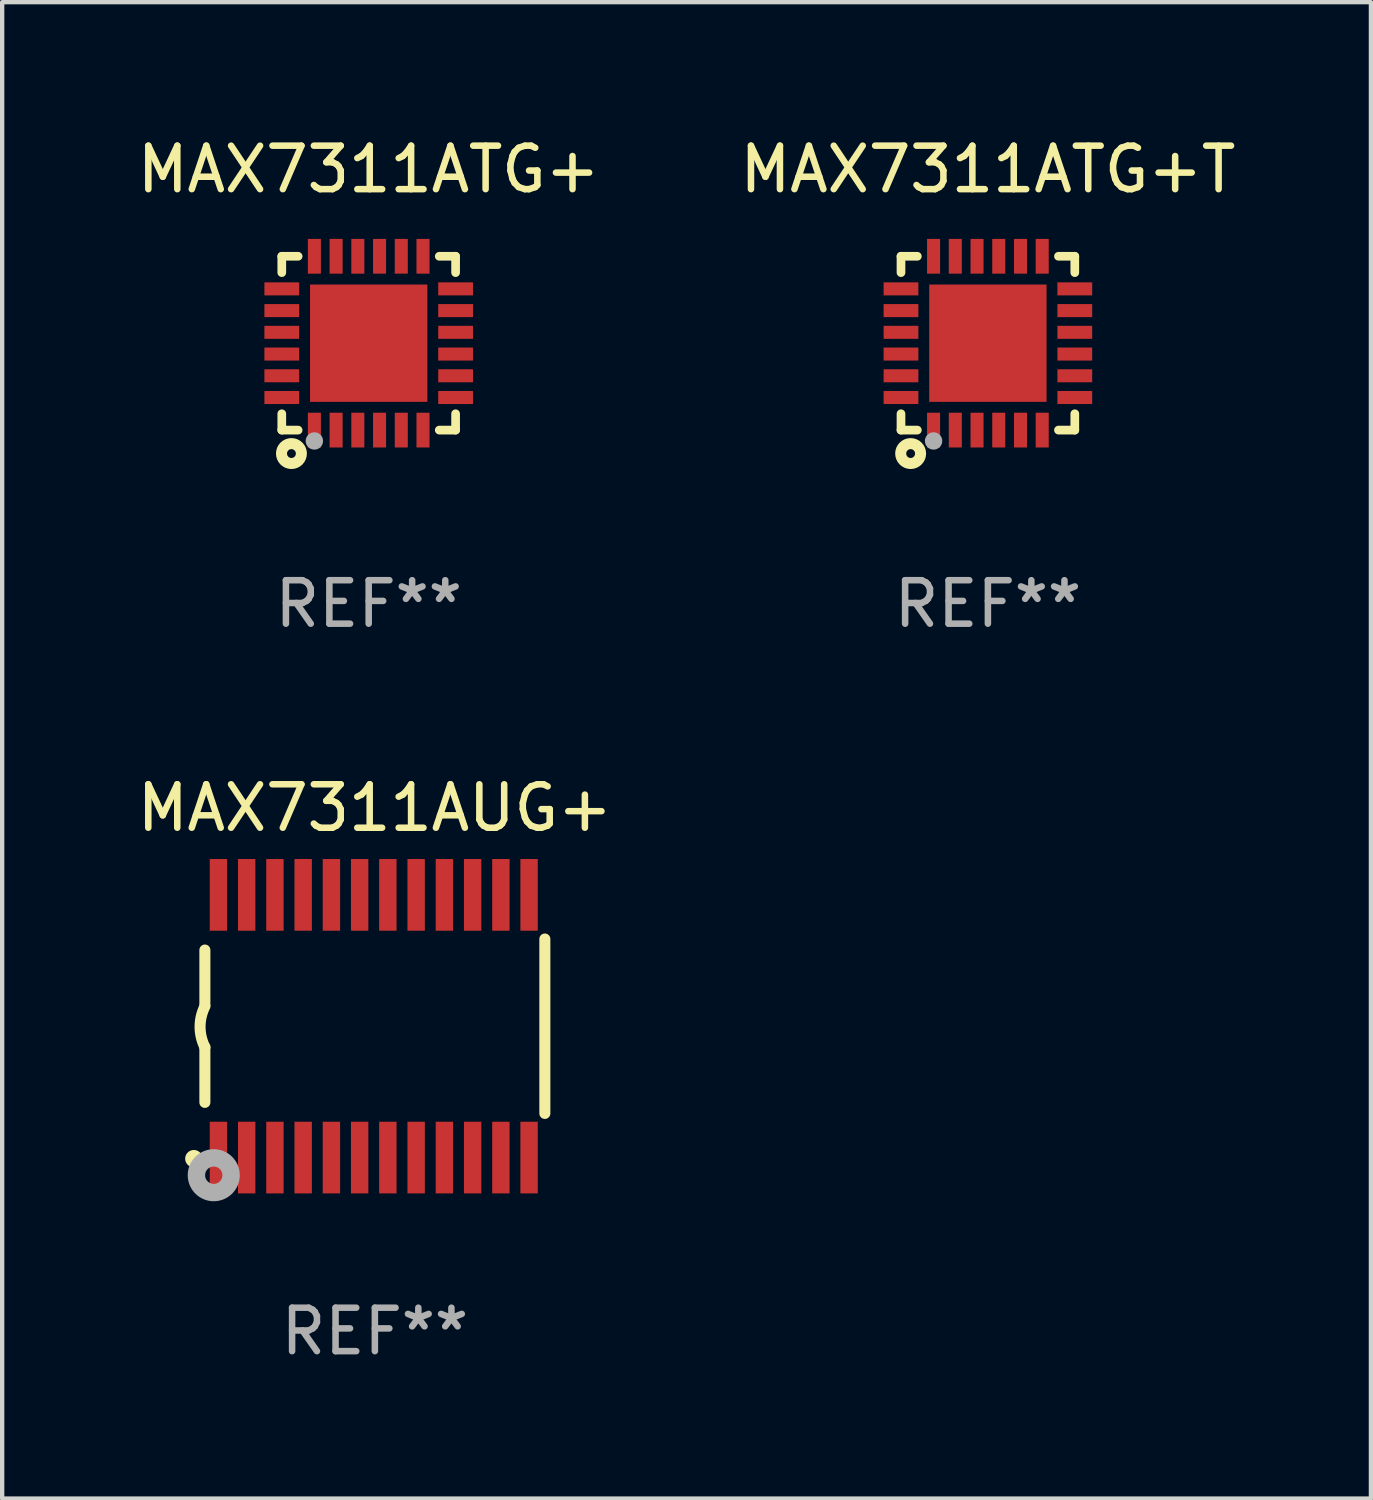
<source format=kicad_pcb>
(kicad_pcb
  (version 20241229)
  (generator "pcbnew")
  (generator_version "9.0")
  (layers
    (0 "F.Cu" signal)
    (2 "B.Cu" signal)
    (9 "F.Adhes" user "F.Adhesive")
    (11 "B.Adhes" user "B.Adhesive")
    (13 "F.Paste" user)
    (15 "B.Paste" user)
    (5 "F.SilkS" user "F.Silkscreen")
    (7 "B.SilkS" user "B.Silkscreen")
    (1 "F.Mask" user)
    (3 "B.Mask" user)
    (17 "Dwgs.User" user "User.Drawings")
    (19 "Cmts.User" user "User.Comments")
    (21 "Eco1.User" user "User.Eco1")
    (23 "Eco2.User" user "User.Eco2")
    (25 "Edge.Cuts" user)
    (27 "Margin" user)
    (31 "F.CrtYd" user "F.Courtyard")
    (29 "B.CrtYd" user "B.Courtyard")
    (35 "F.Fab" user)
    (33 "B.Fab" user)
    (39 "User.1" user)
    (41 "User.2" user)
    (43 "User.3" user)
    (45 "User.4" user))
  (footprint "MAX7311AUG+"
    (layer "F.Cu")
    (at 5.577 20.567)
    (property "Reference" "MAX7311AUG+" (at 0 -5.023 0) (layer "F.SilkS") (effects (font (size 1 1) (thickness 0.15))))
    (attr through_hole)
    (fp_line (start -3.912 -0.483) (end -3.912 -1.753) (stroke (width 0.254) (type solid)) (layer "F.SilkS"))
    (fp_line (start -3.912 1.753) (end -3.912 0.483) (stroke (width 0.254) (type solid)) (layer "F.SilkS"))
    (fp_line (start 3.912 -2.007) (end 3.912 2.007) (stroke (width 0.254) (type solid)) (layer "F.SilkS"))
    (fp_arc (start -3.911608 0.482601) (mid -4.022537 0.0127) (end -3.911608 -0.457201) (stroke (width 0.254001) (type solid)) (layer "F.SilkS"))
    (fp_circle (center -4.166 3.048) (end -4.066 3.048) (stroke (width 0.2) (type solid)) (fill no) (layer "F.SilkS"))
    (fp_circle (center -3.925 3.186) (end -3.895 3.186) (stroke (width 0.06) (type solid)) (fill no) (layer "F.SilkS"))
    (fp_circle (center -3.708 3.429) (end -3.509 3.429) (stroke (width 0.4) (type solid)) (fill no) (layer "F.Fab"))
    (fp_text user "REF**" (at 0 7.023 0) (layer "F.Fab") (effects (font (size 1 1) (thickness 0.15))))
    (pad "1" smd rect (at -3.6 3.023) (size 0.4 1.65) (layers "F.Cu" "F.Mask" "F.Paste"))
    (pad "2" smd rect (at -2.95 3.023) (size 0.4 1.65) (layers "F.Cu" "F.Mask" "F.Paste"))
    (pad "3" smd rect (at -2.3 3.023) (size 0.4 1.65) (layers "F.Cu" "F.Mask" "F.Paste"))
    (pad "4" smd rect (at -1.65 3.023) (size 0.4 1.65) (layers "F.Cu" "F.Mask" "F.Paste"))
    (pad "5" smd rect (at -1 3.023) (size 0.4 1.65) (layers "F.Cu" "F.Mask" "F.Paste"))
    (pad "6" smd rect (at -0.35 3.023) (size 0.4 1.65) (layers "F.Cu" "F.Mask" "F.Paste"))
    (pad "7" smd rect (at 0.299 3.023) (size 0.4 1.65) (layers "F.Cu" "F.Mask" "F.Paste"))
    (pad "8" smd rect (at 0.95 3.023) (size 0.4 1.65) (layers "F.Cu" "F.Mask" "F.Paste"))
    (pad "9" smd rect (at 1.6 3.023) (size 0.4 1.65) (layers "F.Cu" "F.Mask" "F.Paste"))
    (pad "10" smd rect (at 2.25 3.023) (size 0.4 1.65) (layers "F.Cu" "F.Mask" "F.Paste"))
    (pad "11" smd rect (at 2.9 3.023) (size 0.4 1.65) (layers "F.Cu" "F.Mask" "F.Paste"))
    (pad "12" smd rect (at 3.549 3.023) (size 0.4 1.65) (layers "F.Cu" "F.Mask" "F.Paste"))
    (pad "13" smd rect (at 3.549 -3.023) (size 0.4 1.65) (layers "F.Cu" "F.Mask" "F.Paste"))
    (pad "14" smd rect (at 2.9 -3.023) (size 0.4 1.65) (layers "F.Cu" "F.Mask" "F.Paste"))
    (pad "15" smd rect (at 2.25 -3.023) (size 0.4 1.65) (layers "F.Cu" "F.Mask" "F.Paste"))
    (pad "16" smd rect (at 1.6 -3.023) (size 0.4 1.65) (layers "F.Cu" "F.Mask" "F.Paste"))
    (pad "17" smd rect (at 0.95 -3.023) (size 0.4 1.65) (layers "F.Cu" "F.Mask" "F.Paste"))
    (pad "18" smd rect (at 0.299 -3.023) (size 0.4 1.65) (layers "F.Cu" "F.Mask" "F.Paste"))
    (pad "19" smd rect (at -0.35 -3.023) (size 0.4 1.65) (layers "F.Cu" "F.Mask" "F.Paste"))
    (pad "20" smd rect (at -1 -3.023) (size 0.4 1.65) (layers "F.Cu" "F.Mask" "F.Paste"))
    (pad "21" smd rect (at -1.65 -3.023) (size 0.4 1.65) (layers "F.Cu" "F.Mask" "F.Paste"))
    (pad "22" smd rect (at -2.3 -3.023) (size 0.4 1.65) (layers "F.Cu" "F.Mask" "F.Paste"))
    (pad "23" smd rect (at -2.95 -3.023) (size 0.4 1.65) (layers "F.Cu" "F.Mask" "F.Paste"))
    (pad "24" smd rect (at -3.6 -3.023) (size 0.4 1.65) (layers "F.Cu" "F.Mask" "F.Paste")))
  (footprint "MAX7311ATG+T"
    (layer "F.Cu")
    (at 19.685 4.848)
    (property "Reference" "MAX7311ATG+T" (at 0 -4 0) (layer "F.SilkS") (effects (font (size 1 1) (thickness 0.15))))
    (attr through_hole)
    (fp_line (start -2 -2) (end -1.624 -2) (stroke (width 0.2) (type solid)) (layer "F.SilkS"))
    (fp_line (start -2 -1.624) (end -2 -2) (stroke (width 0.2) (type solid)) (layer "F.SilkS"))
    (fp_line (start -2 2) (end -2 1.624) (stroke (width 0.2) (type solid)) (layer "F.SilkS"))
    (fp_line (start -2 2) (end -1.624 2) (stroke (width 0.2) (type solid)) (layer "F.SilkS"))
    (fp_line (start 1.624 -2) (end 2 -2) (stroke (width 0.2) (type solid)) (layer "F.SilkS"))
    (fp_line (start 1.624 2) (end 2 2) (stroke (width 0.2) (type solid)) (layer "F.SilkS"))
    (fp_line (start 2 -2) (end 2 -1.624) (stroke (width 0.2) (type solid)) (layer "F.SilkS"))
    (fp_line (start 2 1.624) (end 2 2) (stroke (width 0.2) (type solid)) (layer "F.SilkS"))
    (fp_circle (center -2 2) (end -1.97 2) (stroke (width 0.06) (type solid)) (fill no) (layer "F.SilkS"))
    (fp_circle (center -1.778 2.54) (end -1.676 2.54) (stroke (width 0.254) (type solid)) (fill no) (layer "F.SilkS"))
    (fp_circle (center -1.25 2.25) (end -1.15 2.25) (stroke (width 0.2) (type solid)) (fill no) (layer "F.Fab"))
    (fp_text user "REF**" (at 0 6 0) (layer "F.Fab") (effects (font (size 1 1) (thickness 0.15))))
    (pad "1" smd rect (at -1.25 2) (size 0.3 0.8) (layers "F.Cu" "F.Mask" "F.Paste"))
    (pad "2" smd rect (at -0.75 2) (size 0.3 0.8) (layers "F.Cu" "F.Mask" "F.Paste"))
    (pad "3" smd rect (at -0.25 2) (size 0.3 0.8) (layers "F.Cu" "F.Mask" "F.Paste"))
    (pad "4" smd rect (at 0.25 2) (size 0.3 0.8) (layers "F.Cu" "F.Mask" "F.Paste"))
    (pad "5" smd rect (at 0.75 2) (size 0.3 0.8) (layers "F.Cu" "F.Mask" "F.Paste"))
    (pad "6" smd rect (at 1.25 2) (size 0.3 0.8) (layers "F.Cu" "F.Mask" "F.Paste"))
    (pad "7" smd rect (at 2 1.25 90) (size 0.3 0.8) (layers "F.Cu" "F.Mask" "F.Paste"))
    (pad "8" smd rect (at 2 0.75 90) (size 0.3 0.8) (layers "F.Cu" "F.Mask" "F.Paste"))
    (pad "9" smd rect (at 2 0.25 90) (size 0.3 0.8) (layers "F.Cu" "F.Mask" "F.Paste"))
    (pad "10" smd rect (at 2 -0.25 90) (size 0.3 0.8) (layers "F.Cu" "F.Mask" "F.Paste"))
    (pad "11" smd rect (at 2 -0.75 90) (size 0.3 0.8) (layers "F.Cu" "F.Mask" "F.Paste"))
    (pad "12" smd rect (at 2 -1.25 90) (size 0.3 0.8) (layers "F.Cu" "F.Mask" "F.Paste"))
    (pad "13" smd rect (at 1.25 -2 180) (size 0.3 0.8) (layers "F.Cu" "F.Mask" "F.Paste"))
    (pad "14" smd rect (at 0.75 -2 180) (size 0.3 0.8) (layers "F.Cu" "F.Mask" "F.Paste"))
    (pad "15" smd rect (at 0.25 -2 180) (size 0.3 0.8) (layers "F.Cu" "F.Mask" "F.Paste"))
    (pad "16" smd rect (at -0.25 -2 180) (size 0.3 0.8) (layers "F.Cu" "F.Mask" "F.Paste"))
    (pad "17" smd rect (at -0.75 -2 180) (size 0.3 0.8) (layers "F.Cu" "F.Mask" "F.Paste"))
    (pad "18" smd rect (at -1.25 -2 180) (size 0.3 0.8) (layers "F.Cu" "F.Mask" "F.Paste"))
    (pad "19" smd rect (at -2 -1.25 270) (size 0.3 0.8) (layers "F.Cu" "F.Mask" "F.Paste"))
    (pad "20" smd rect (at -2 -0.75 270) (size 0.3 0.8) (layers "F.Cu" "F.Mask" "F.Paste"))
    (pad "21" smd rect (at -2 -0.25 270) (size 0.3 0.8) (layers "F.Cu" "F.Mask" "F.Paste"))
    (pad "22" smd rect (at -2 0.25 270) (size 0.3 0.8) (layers "F.Cu" "F.Mask" "F.Paste"))
    (pad "23" smd rect (at -2 0.75 270) (size 0.3 0.8) (layers "F.Cu" "F.Mask" "F.Paste"))
    (pad "24" smd rect (at -2 1.25 270) (size 0.3 0.8) (layers "F.Cu" "F.Mask" "F.Paste"))
    (pad "25" smd rect (at 0 0) (size 2.7 2.7) (layers "F.Cu" "F.Mask" "F.Paste")))
  (footprint "MAX7311ATG+"
    (layer "F.Cu")
    (at 5.435 4.848)
    (property "Reference" "MAX7311ATG+" (at 0 -4 0) (layer "F.SilkS") (effects (font (size 1 1) (thickness 0.15))))
    (attr through_hole)
    (fp_line (start -2 -2) (end -1.624 -2) (stroke (width 0.2) (type solid)) (layer "F.SilkS"))
    (fp_line (start -2 -1.624) (end -2 -2) (stroke (width 0.2) (type solid)) (layer "F.SilkS"))
    (fp_line (start -2 2) (end -2 1.624) (stroke (width 0.2) (type solid)) (layer "F.SilkS"))
    (fp_line (start -2 2) (end -1.624 2) (stroke (width 0.2) (type solid)) (layer "F.SilkS"))
    (fp_line (start 1.624 -2) (end 2 -2) (stroke (width 0.2) (type solid)) (layer "F.SilkS"))
    (fp_line (start 1.624 2) (end 2 2) (stroke (width 0.2) (type solid)) (layer "F.SilkS"))
    (fp_line (start 2 -2) (end 2 -1.624) (stroke (width 0.2) (type solid)) (layer "F.SilkS"))
    (fp_line (start 2 1.624) (end 2 2) (stroke (width 0.2) (type solid)) (layer "F.SilkS"))
    (fp_circle (center -2 2) (end -1.97 2) (stroke (width 0.06) (type solid)) (fill no) (layer "F.SilkS"))
    (fp_circle (center -1.778 2.54) (end -1.676 2.54) (stroke (width 0.254) (type solid)) (fill no) (layer "F.SilkS"))
    (fp_circle (center -1.25 2.25) (end -1.15 2.25) (stroke (width 0.2) (type solid)) (fill no) (layer "F.Fab"))
    (fp_text user "REF**" (at 0 6 0) (layer "F.Fab") (effects (font (size 1 1) (thickness 0.15))))
    (pad "1" smd rect (at -1.25 2) (size 0.3 0.8) (layers "F.Cu" "F.Mask" "F.Paste"))
    (pad "2" smd rect (at -0.75 2) (size 0.3 0.8) (layers "F.Cu" "F.Mask" "F.Paste"))
    (pad "3" smd rect (at -0.25 2) (size 0.3 0.8) (layers "F.Cu" "F.Mask" "F.Paste"))
    (pad "4" smd rect (at 0.25 2) (size 0.3 0.8) (layers "F.Cu" "F.Mask" "F.Paste"))
    (pad "5" smd rect (at 0.75 2) (size 0.3 0.8) (layers "F.Cu" "F.Mask" "F.Paste"))
    (pad "6" smd rect (at 1.25 2) (size 0.3 0.8) (layers "F.Cu" "F.Mask" "F.Paste"))
    (pad "7" smd rect (at 2 1.25 90) (size 0.3 0.8) (layers "F.Cu" "F.Mask" "F.Paste"))
    (pad "8" smd rect (at 2 0.75 90) (size 0.3 0.8) (layers "F.Cu" "F.Mask" "F.Paste"))
    (pad "9" smd rect (at 2 0.25 90) (size 0.3 0.8) (layers "F.Cu" "F.Mask" "F.Paste"))
    (pad "10" smd rect (at 2 -0.25 90) (size 0.3 0.8) (layers "F.Cu" "F.Mask" "F.Paste"))
    (pad "11" smd rect (at 2 -0.75 90) (size 0.3 0.8) (layers "F.Cu" "F.Mask" "F.Paste"))
    (pad "12" smd rect (at 2 -1.25 90) (size 0.3 0.8) (layers "F.Cu" "F.Mask" "F.Paste"))
    (pad "13" smd rect (at 1.25 -2 180) (size 0.3 0.8) (layers "F.Cu" "F.Mask" "F.Paste"))
    (pad "14" smd rect (at 0.75 -2 180) (size 0.3 0.8) (layers "F.Cu" "F.Mask" "F.Paste"))
    (pad "15" smd rect (at 0.25 -2 180) (size 0.3 0.8) (layers "F.Cu" "F.Mask" "F.Paste"))
    (pad "16" smd rect (at -0.25 -2 180) (size 0.3 0.8) (layers "F.Cu" "F.Mask" "F.Paste"))
    (pad "17" smd rect (at -0.75 -2 180) (size 0.3 0.8) (layers "F.Cu" "F.Mask" "F.Paste"))
    (pad "18" smd rect (at -1.25 -2 180) (size 0.3 0.8) (layers "F.Cu" "F.Mask" "F.Paste"))
    (pad "19" smd rect (at -2 -1.25 270) (size 0.3 0.8) (layers "F.Cu" "F.Mask" "F.Paste"))
    (pad "20" smd rect (at -2 -0.75 270) (size 0.3 0.8) (layers "F.Cu" "F.Mask" "F.Paste"))
    (pad "21" smd rect (at -2 -0.25 270) (size 0.3 0.8) (layers "F.Cu" "F.Mask" "F.Paste"))
    (pad "22" smd rect (at -2 0.25 270) (size 0.3 0.8) (layers "F.Cu" "F.Mask" "F.Paste"))
    (pad "23" smd rect (at -2 0.75 270) (size 0.3 0.8) (layers "F.Cu" "F.Mask" "F.Paste"))
    (pad "24" smd rect (at -2 1.25 270) (size 0.3 0.8) (layers "F.Cu" "F.Mask" "F.Paste"))
    (pad "25" smd rect (at 0 0) (size 2.7 2.7) (layers "F.Cu" "F.Mask" "F.Paste")))
  (gr_rect
    (start -3 -3)
    (end 28.5 31.438)
    (stroke (width 0.1) (type default))
    (fill no)
    (layer "Edge.Cuts")))
</source>
